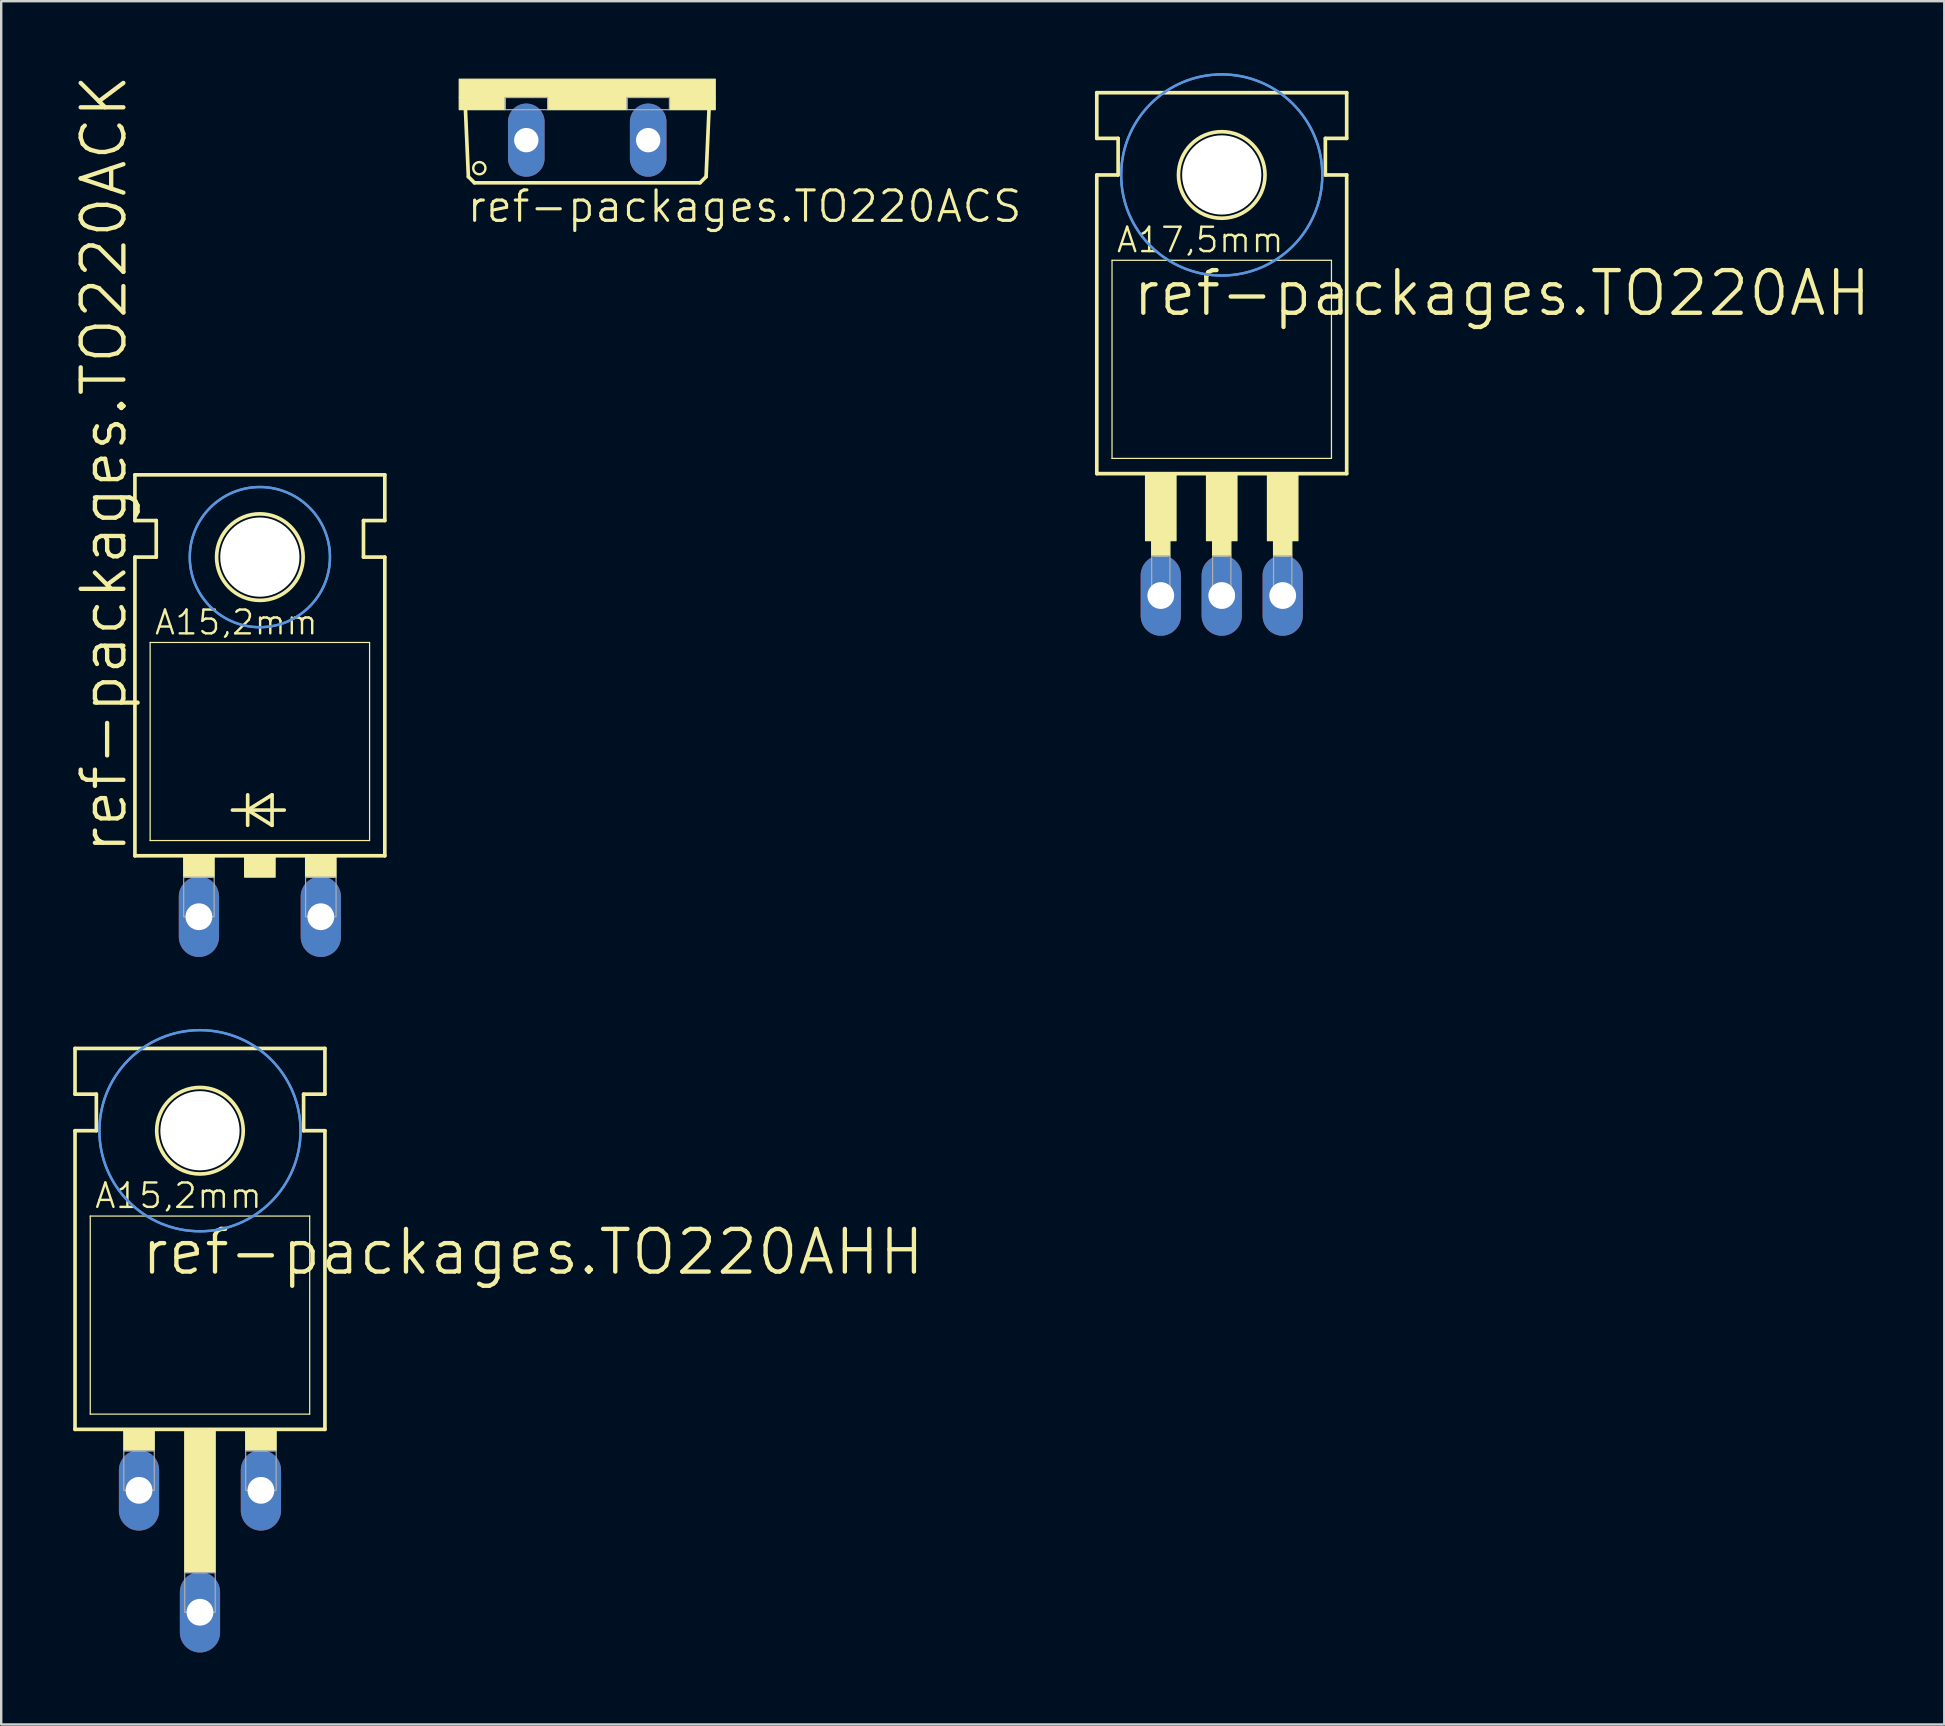
<source format=kicad_pcb>
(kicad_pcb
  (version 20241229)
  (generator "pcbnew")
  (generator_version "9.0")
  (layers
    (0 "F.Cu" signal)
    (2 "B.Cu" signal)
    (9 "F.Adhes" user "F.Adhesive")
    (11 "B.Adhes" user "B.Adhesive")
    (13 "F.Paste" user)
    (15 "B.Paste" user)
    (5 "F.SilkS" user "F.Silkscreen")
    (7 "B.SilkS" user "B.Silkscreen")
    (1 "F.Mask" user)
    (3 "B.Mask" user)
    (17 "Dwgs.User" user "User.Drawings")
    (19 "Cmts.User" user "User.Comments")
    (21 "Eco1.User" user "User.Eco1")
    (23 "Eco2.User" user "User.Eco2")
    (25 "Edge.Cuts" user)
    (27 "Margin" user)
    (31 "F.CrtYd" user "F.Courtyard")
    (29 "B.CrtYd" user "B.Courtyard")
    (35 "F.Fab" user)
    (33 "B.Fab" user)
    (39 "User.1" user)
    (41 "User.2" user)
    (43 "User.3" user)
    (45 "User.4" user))
  (footprint "ref-packages.TO220AH"
    (layer "F.Cu")
    (at 47.862 15.417)
    (property "Reference" "ref-packages.TO220AH" (at -3.81 -5.207 0) (layer "F.SilkS") (effects (font (size 1.778 1.778) (thickness 0.18)) (justify left bottom)))
    (attr through_hole)
    (fp_line (start -5.207 -12.7) (end -5.207 -14.605) (stroke (width 0.152) (type default)) (layer "F.SilkS"))
    (fp_line (start -5.207 -11.176) (end -4.318 -11.176) (stroke (width 0.152) (type default)) (layer "F.SilkS"))
    (fp_line (start -5.207 1.27) (end -5.207 -11.176) (stroke (width 0.152) (type default)) (layer "F.SilkS"))
    (fp_line (start -5.207 1.27) (end 5.207 1.27) (stroke (width 0.152) (type default)) (layer "F.SilkS"))
    (fp_line (start -4.572 0.635) (end -4.572 -7.62) (stroke (width 0.051) (type default)) (layer "F.SilkS"))
    (fp_line (start -4.572 0.635) (end 4.572 0.635) (stroke (width 0.051) (type default)) (layer "F.SilkS"))
    (fp_line (start -4.318 -12.7) (end -5.207 -12.7) (stroke (width 0.152) (type default)) (layer "F.SilkS"))
    (fp_line (start -4.318 -11.176) (end -4.318 -12.7) (stroke (width 0.152) (type default)) (layer "F.SilkS"))
    (fp_line (start 4.318 -12.7) (end 5.207 -12.7) (stroke (width 0.152) (type default)) (layer "F.SilkS"))
    (fp_line (start 4.318 -11.176) (end 4.318 -12.7) (stroke (width 0.152) (type default)) (layer "F.SilkS"))
    (fp_line (start 4.572 -7.62) (end -4.572 -7.62) (stroke (width 0.051) (type default)) (layer "F.SilkS"))
    (fp_line (start 4.572 -7.62) (end 4.572 0.635) (stroke (width 0.051) (type default)) (layer "F.SilkS"))
    (fp_line (start 5.207 -14.605) (end -5.207 -14.605) (stroke (width 0.152) (type default)) (layer "F.SilkS"))
    (fp_line (start 5.207 -12.7) (end 5.207 -14.605) (stroke (width 0.152) (type default)) (layer "F.SilkS"))
    (fp_line (start 5.207 -11.176) (end 4.318 -11.176) (stroke (width 0.152) (type default)) (layer "F.SilkS"))
    (fp_line (start 5.207 1.27) (end 5.207 -11.176) (stroke (width 0.152) (type default)) (layer "F.SilkS"))
    (fp_rect (start -3.175 4.064) (end -1.905 1.27) (stroke (width 0.05) (type default)) (fill yes) (layer "F.SilkS"))
    (fp_rect (start -2.921 4.699) (end -2.159 4.064) (stroke (width 0.05) (type default)) (fill yes) (layer "F.SilkS"))
    (fp_rect (start -0.635 4.064) (end 0.635 1.27) (stroke (width 0.05) (type default)) (fill yes) (layer "F.SilkS"))
    (fp_rect (start -0.381 4.699) (end 0.381 4.064) (stroke (width 0.05) (type default)) (fill yes) (layer "F.SilkS"))
    (fp_rect (start 1.905 4.064) (end 3.175 1.27) (stroke (width 0.05) (type default)) (fill yes) (layer "F.SilkS"))
    (fp_rect (start 2.159 4.699) (end 2.921 4.064) (stroke (width 0.05) (type default)) (fill yes) (layer "F.SilkS"))
    (fp_circle (center 0 -11.176) (end 1.803 -11.176) (stroke (width 0.152) (type default)) (fill no) (layer "F.SilkS"))
    (fp_circle (center 0 -11.176) (end 4.191 -11.176) (stroke (width 0.1) (type default)) (fill no) (layer "Cmts.User"))
    (fp_circle (center 0 -11.176) (end 4.191 -11.176) (stroke (width 0.1) (type default)) (fill no) (layer "Cmts.User"))
    (fp_rect (start -2.921 6.604) (end -2.159 4.699) (stroke (width 0.05) (type default)) (fill no) (layer "F.Fab"))
    (fp_rect (start -0.381 6.604) (end 0.381 4.699) (stroke (width 0.05) (type default)) (fill no) (layer "F.Fab"))
    (fp_rect (start 2.159 6.604) (end 2.921 4.699) (stroke (width 0.05) (type default)) (fill no) (layer "F.Fab"))
    (fp_text user "A17,5mm" (at -4.445 -7.874 0) (layer "F.SilkS") (effects (font (size 1.016 1.016) (thickness 0.1)) (justify left bottom)))
    (pad "" np_thru_hole circle (at 0 -11.176) (size 3.302 3.302) (drill 3.302) (layers "*.Cu" "*.Mask"))
    (pad "B" thru_hole oval (at -2.54 6.35 90) (size 3.353 1.676) (drill 1.118) (layers "*.Cu" "*.Mask"))
    (pad "C" thru_hole oval (at 0 6.35 90) (size 3.353 1.676) (drill 1.118) (layers "*.Cu" "*.Mask"))
    (pad "E" thru_hole oval (at 2.54 6.35 90) (size 3.353 1.676) (drill 1.118) (layers "*.Cu" "*.Mask")))
  (footprint "ref-packages.TO220AHH"
    (layer "F.Cu")
    (at 5.283 55.245)
    (property "Reference" "ref-packages.TO220AHH" (at -2.54 -5.08 0) (layer "F.SilkS") (effects (font (size 1.778 1.778) (thickness 0.18)) (justify left bottom)))
    (attr through_hole)
    (fp_line (start -5.207 -12.7) (end -5.207 -14.605) (stroke (width 0.152) (type default)) (layer "F.SilkS"))
    (fp_line (start -5.207 -11.176) (end -4.318 -11.176) (stroke (width 0.152) (type default)) (layer "F.SilkS"))
    (fp_line (start -5.207 1.27) (end -5.207 -11.176) (stroke (width 0.152) (type default)) (layer "F.SilkS"))
    (fp_line (start -5.207 1.27) (end 5.207 1.27) (stroke (width 0.152) (type default)) (layer "F.SilkS"))
    (fp_line (start -4.572 0.635) (end -4.572 -7.62) (stroke (width 0.051) (type default)) (layer "F.SilkS"))
    (fp_line (start -4.572 0.635) (end 4.572 0.635) (stroke (width 0.051) (type default)) (layer "F.SilkS"))
    (fp_line (start -4.318 -12.7) (end -5.207 -12.7) (stroke (width 0.152) (type default)) (layer "F.SilkS"))
    (fp_line (start -4.318 -11.176) (end -4.318 -12.7) (stroke (width 0.152) (type default)) (layer "F.SilkS"))
    (fp_line (start 4.318 -12.7) (end 5.207 -12.7) (stroke (width 0.152) (type default)) (layer "F.SilkS"))
    (fp_line (start 4.318 -11.176) (end 4.318 -12.7) (stroke (width 0.152) (type default)) (layer "F.SilkS"))
    (fp_line (start 4.572 -7.62) (end -4.572 -7.62) (stroke (width 0.051) (type default)) (layer "F.SilkS"))
    (fp_line (start 4.572 -7.62) (end 4.572 0.635) (stroke (width 0.051) (type default)) (layer "F.SilkS"))
    (fp_line (start 5.207 -14.605) (end -5.207 -14.605) (stroke (width 0.152) (type default)) (layer "F.SilkS"))
    (fp_line (start 5.207 -12.7) (end 5.207 -14.605) (stroke (width 0.152) (type default)) (layer "F.SilkS"))
    (fp_line (start 5.207 -11.176) (end 4.318 -11.176) (stroke (width 0.152) (type default)) (layer "F.SilkS"))
    (fp_line (start 5.207 1.27) (end 5.207 -11.176) (stroke (width 0.152) (type default)) (layer "F.SilkS"))
    (fp_rect (start -3.175 2.159) (end -1.905 1.27) (stroke (width 0.05) (type default)) (fill yes) (layer "F.SilkS"))
    (fp_rect (start -0.635 7.239) (end 0.635 1.27) (stroke (width 0.05) (type default)) (fill yes) (layer "F.SilkS"))
    (fp_rect (start 1.905 2.159) (end 3.175 1.27) (stroke (width 0.05) (type default)) (fill yes) (layer "F.SilkS"))
    (fp_circle (center 0 -11.176) (end 1.803 -11.176) (stroke (width 0.152) (type default)) (fill no) (layer "F.SilkS"))
    (fp_circle (center 0 -11.176) (end 4.191 -11.176) (stroke (width 0.1) (type default)) (fill no) (layer "Cmts.User"))
    (fp_circle (center 0 -11.176) (end 4.191 -11.176) (stroke (width 0.1) (type default)) (fill no) (layer "Cmts.User"))
    (fp_rect (start -3.175 3.81) (end -1.905 2.159) (stroke (width 0.05) (type default)) (fill no) (layer "F.Fab"))
    (fp_rect (start -0.635 8.89) (end 0.635 7.239) (stroke (width 0.05) (type default)) (fill no) (layer "F.Fab"))
    (fp_rect (start 1.905 3.81) (end 3.175 2.159) (stroke (width 0.05) (type default)) (fill no) (layer "F.Fab"))
    (fp_text user "A15,2mm" (at -4.445 -7.874 0) (layer "F.SilkS") (effects (font (size 1.016 1.016) (thickness 0.1)) (justify left bottom)))
    (pad "" np_thru_hole circle (at 0 -11.176) (size 3.302 3.302) (drill 3.302) (layers "*.Cu" "*.Mask"))
    (pad "B" thru_hole oval (at -2.54 3.81 90) (size 3.353 1.676) (drill 1.118) (layers "*.Cu" "*.Mask"))
    (pad "C" thru_hole oval (at 0 8.89 90) (size 3.353 1.676) (drill 1.118) (layers "*.Cu" "*.Mask"))
    (pad "E" thru_hole oval (at 2.54 3.81 90) (size 3.353 1.676) (drill 1.118) (layers "*.Cu" "*.Mask")))
  (footprint "ref-packages.TO220ACS"
    (layer "F.Cu")
    (at 21.421 0.25)
    (property "Reference" "ref-packages.TO220ACS" (at -5.08 6.045 0) (layer "F.SilkS") (effects (font (size 1.27 1.27) (thickness 0.13)) (justify left bottom)))
    (attr through_hole)
    (fp_line (start -4.953 4.064) (end -5.08 1.143) (stroke (width 0.152) (type default)) (layer "F.SilkS"))
    (fp_line (start -4.953 4.064) (end -4.699 4.318) (stroke (width 0.152) (type default)) (layer "F.SilkS"))
    (fp_line (start 4.699 4.318) (end -4.699 4.318) (stroke (width 0.152) (type default)) (layer "F.SilkS"))
    (fp_line (start 4.699 4.318) (end 4.953 4.064) (stroke (width 0.152) (type default)) (layer "F.SilkS"))
    (fp_line (start 5.08 1.143) (end 4.953 4.064) (stroke (width 0.152) (type default)) (layer "F.SilkS"))
    (fp_rect (start -5.334 0.762) (end 5.334 0) (stroke (width 0.05) (type default)) (fill yes) (layer "F.SilkS"))
    (fp_rect (start -5.334 1.27) (end -3.429 0.762) (stroke (width 0.05) (type default)) (fill yes) (layer "F.SilkS"))
    (fp_rect (start -1.651 1.27) (end 1.651 0.762) (stroke (width 0.05) (type default)) (fill yes) (layer "F.SilkS"))
    (fp_rect (start 3.429 1.27) (end 5.334 0.762) (stroke (width 0.05) (type default)) (fill yes) (layer "F.SilkS"))
    (fp_circle (center -4.496 3.708) (end -4.242 3.708) (stroke (width 0.1) (type default)) (fill no) (layer "F.SilkS"))
    (fp_rect (start -3.429 1.27) (end -1.651 0.762) (stroke (width 0.05) (type default)) (fill no) (layer "F.Fab"))
    (fp_rect (start 1.651 1.27) (end 3.429 0.762) (stroke (width 0.05) (type default)) (fill no) (layer "F.Fab"))
    (pad "A" thru_hole oval (at 2.54 2.54 90) (size 3.048 1.524) (drill 1.016) (layers "*.Cu" "*.Mask"))
    (pad "C" thru_hole oval (at -2.54 2.54 90) (size 3.048 1.524) (drill 1.016) (layers "*.Cu" "*.Mask")))
  (footprint "ref-packages.TO220ACK"
    (layer "F.Cu")
    (at 7.779 31.342)
    (property "Reference" "ref-packages.TO220ACK" (at -5.461 1.27 90) (layer "F.SilkS") (effects (font (size 1.778 1.778) (thickness 0.18)) (justify left bottom)))
    (attr through_hole)
    (fp_line (start -5.207 -12.7) (end -5.207 -14.605) (stroke (width 0.152) (type default)) (layer "F.SilkS"))
    (fp_line (start -5.207 -11.176) (end -4.318 -11.176) (stroke (width 0.152) (type default)) (layer "F.SilkS"))
    (fp_line (start -5.207 1.27) (end -5.207 -11.176) (stroke (width 0.152) (type default)) (layer "F.SilkS"))
    (fp_line (start -5.207 1.27) (end 5.207 1.27) (stroke (width 0.152) (type default)) (layer "F.SilkS"))
    (fp_line (start -4.572 0.635) (end -4.572 -7.62) (stroke (width 0.051) (type default)) (layer "F.SilkS"))
    (fp_line (start -4.572 0.635) (end 4.572 0.635) (stroke (width 0.051) (type default)) (layer "F.SilkS"))
    (fp_line (start -4.318 -12.7) (end -5.207 -12.7) (stroke (width 0.152) (type default)) (layer "F.SilkS"))
    (fp_line (start -4.318 -11.176) (end -4.318 -12.7) (stroke (width 0.152) (type default)) (layer "F.SilkS"))
    (fp_line (start -1.143 -0.635) (end -0.508 -0.635) (stroke (width 0.152) (type default)) (layer "F.SilkS"))
    (fp_line (start -0.508 -1.27) (end -0.508 -0.635) (stroke (width 0.152) (type default)) (layer "F.SilkS"))
    (fp_line (start -0.508 -0.635) (end -0.508 0) (stroke (width 0.152) (type default)) (layer "F.SilkS"))
    (fp_line (start -0.508 -0.635) (end 0.508 -1.27) (stroke (width 0.152) (type default)) (layer "F.SilkS"))
    (fp_line (start -0.508 -0.635) (end 1.016 -0.635) (stroke (width 0.152) (type default)) (layer "F.SilkS"))
    (fp_line (start 0.508 -1.27) (end 0.508 0) (stroke (width 0.152) (type default)) (layer "F.SilkS"))
    (fp_line (start 0.508 0) (end -0.508 -0.635) (stroke (width 0.152) (type default)) (layer "F.SilkS"))
    (fp_line (start 4.318 -12.7) (end 5.207 -12.7) (stroke (width 0.152) (type default)) (layer "F.SilkS"))
    (fp_line (start 4.318 -11.176) (end 4.318 -12.7) (stroke (width 0.152) (type default)) (layer "F.SilkS"))
    (fp_line (start 4.572 -7.62) (end -4.572 -7.62) (stroke (width 0.051) (type default)) (layer "F.SilkS"))
    (fp_line (start 4.572 -7.62) (end 4.572 0.635) (stroke (width 0.051) (type default)) (layer "F.SilkS"))
    (fp_line (start 5.207 -14.605) (end -5.207 -14.605) (stroke (width 0.152) (type default)) (layer "F.SilkS"))
    (fp_line (start 5.207 -12.7) (end 5.207 -14.605) (stroke (width 0.152) (type default)) (layer "F.SilkS"))
    (fp_line (start 5.207 -11.176) (end 4.318 -11.176) (stroke (width 0.152) (type default)) (layer "F.SilkS"))
    (fp_line (start 5.207 1.27) (end 5.207 -11.176) (stroke (width 0.152) (type default)) (layer "F.SilkS"))
    (fp_rect (start -3.175 2.159) (end -1.905 1.27) (stroke (width 0.05) (type default)) (fill yes) (layer "F.SilkS"))
    (fp_rect (start -0.635 2.159) (end 0.635 1.27) (stroke (width 0.05) (type default)) (fill yes) (layer "F.SilkS"))
    (fp_rect (start 1.905 2.159) (end 3.175 1.27) (stroke (width 0.05) (type default)) (fill yes) (layer "F.SilkS"))
    (fp_circle (center 0 -11.176) (end 1.803 -11.176) (stroke (width 0.152) (type default)) (fill no) (layer "F.SilkS"))
    (fp_circle (center 0 -11.176) (end 2.921 -11.176) (stroke (width 0.1) (type default)) (fill no) (layer "Cmts.User"))
    (fp_circle (center 0 -11.176) (end 2.921 -11.176) (stroke (width 0.1) (type default)) (fill no) (layer "Cmts.User"))
    (fp_rect (start -3.175 3.81) (end -1.905 2.159) (stroke (width 0.05) (type default)) (fill no) (layer "F.Fab"))
    (fp_rect (start 1.905 3.81) (end 3.175 2.159) (stroke (width 0.05) (type default)) (fill no) (layer "F.Fab"))
    (fp_text user "A15,2mm" (at -4.445 -7.874 0) (layer "F.SilkS") (effects (font (size 0.991 0.991) (thickness 0.1)) (justify left bottom)))
    (pad "" np_thru_hole circle (at 0 -11.176) (size 3.302 3.302) (drill 3.302) (layers "*.Cu" "*.Mask"))
    (pad "A" thru_hole oval (at 2.54 3.81 90) (size 3.353 1.676) (drill 1.118) (layers "*.Cu" "*.Mask"))
    (pad "C" thru_hole oval (at -2.54 3.81 90) (size 3.353 1.676) (drill 1.118) (layers "*.Cu" "*.Mask")))
  (gr_rect
    (start -3 -3)
    (end 77.971 68.812)
    (stroke (width 0.1) (type default))
    (fill no)
    (layer "Edge.Cuts")))
</source>
